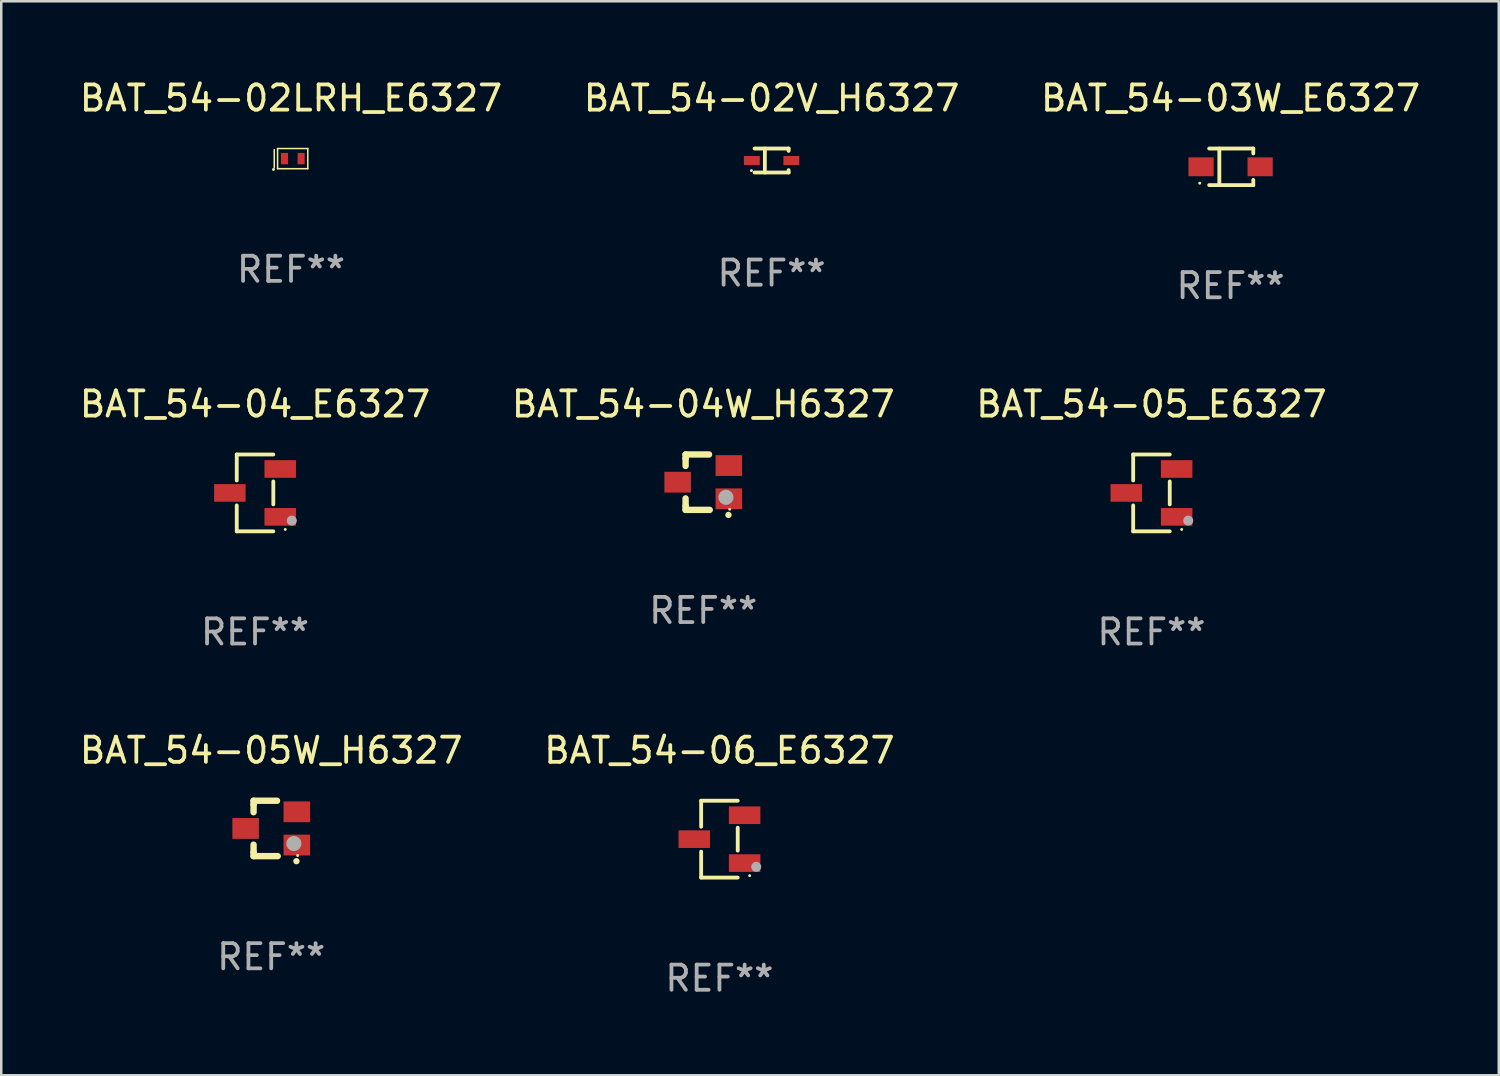
<source format=kicad_pcb>
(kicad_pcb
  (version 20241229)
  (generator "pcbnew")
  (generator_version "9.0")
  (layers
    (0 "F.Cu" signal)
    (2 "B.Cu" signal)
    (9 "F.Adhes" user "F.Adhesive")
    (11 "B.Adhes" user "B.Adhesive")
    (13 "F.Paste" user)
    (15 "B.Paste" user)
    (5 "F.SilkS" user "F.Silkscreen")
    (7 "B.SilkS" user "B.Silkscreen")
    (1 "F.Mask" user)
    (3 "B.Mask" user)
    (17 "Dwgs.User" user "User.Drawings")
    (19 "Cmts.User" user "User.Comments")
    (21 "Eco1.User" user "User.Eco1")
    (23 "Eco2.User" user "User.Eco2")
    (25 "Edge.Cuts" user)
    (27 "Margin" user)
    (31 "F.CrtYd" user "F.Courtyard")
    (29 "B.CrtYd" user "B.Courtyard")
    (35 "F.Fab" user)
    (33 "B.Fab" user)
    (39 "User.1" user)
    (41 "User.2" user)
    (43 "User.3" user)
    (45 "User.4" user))
  (footprint "BAT_54-05W_H6327"
    (layer "F.Cu")
    (at 7.72 29.846)
    (property "Reference" "BAT_54-05W_H6327" (at 0 -3.1 0) (layer "F.SilkS") (effects (font (size 1 1) (thickness 0.15))))
    (attr through_hole)
    (fp_line (start -0.701 -0.95) (end -0.701 -1.1) (stroke (width 0.254) (type solid)) (layer "F.SilkS"))
    (fp_line (start -0.701 -0.644) (end -0.701 -0.95) (stroke (width 0.254) (type solid)) (layer "F.SilkS"))
    (fp_line (start -0.701 0.95) (end -0.701 0.644) (stroke (width 0.254) (type solid)) (layer "F.SilkS"))
    (fp_line (start -0.701 0.95) (end -0.701 1.1) (stroke (width 0.254) (type solid)) (layer "F.SilkS"))
    (fp_line (start -0.7 -1.1) (end 0.23 -1.1) (stroke (width 0.254) (type solid)) (layer "F.SilkS"))
    (fp_line (start -0.7 1.1) (end 0.258 1.1) (stroke (width 0.254) (type solid)) (layer "F.SilkS"))
    (fp_arc (start 1 1.3) (mid 1.00127 1.299994) (end 1.00254 1.3) (stroke (width 0.24892) (type solid)) (layer "F.SilkS"))
    (fp_circle (center 1.05 1.075) (end 1.08 1.075) (stroke (width 0.06) (type solid)) (fill no) (layer "F.SilkS"))
    (fp_circle (center 0.9 0.6) (end 1.05 0.6) (stroke (width 0.3) (type solid)) (fill no) (layer "F.Fab"))
    (fp_text user "REF**" (at 0 5.1 0) (layer "F.Fab") (effects (font (size 1 1) (thickness 0.15))))
    (pad "1" smd rect (at 1.016 0.66) (size 1.054 0.826) (layers "F.Cu" "F.Mask" "F.Paste"))
    (pad "2" smd rect (at 1.016 -0.66) (size 1.054 0.826) (layers "F.Cu" "F.Mask" "F.Paste"))
    (pad "3" smd rect (at -1.016 0) (size 1.054 0.826) (layers "F.Cu" "F.Mask" "F.Paste")))
  (footprint "BAT_54-02LRH_E6327"
    (layer "F.Cu")
    (at 8.506 3.248)
    (property "Reference" "BAT_54-02LRH_E6327" (at 0 -2.4 0) (layer "F.SilkS") (effects (font (size 1 1) (thickness 0.15))))
    (attr through_hole)
    (fp_line (start -0.666 -0.356) (end -0.666 0.356) (stroke (width 0.06) (type solid)) (layer "F.SilkS"))
    (fp_line (start -0.534 -0.4) (end 0.666 -0.4) (stroke (width 0.06) (type solid)) (layer "F.SilkS"))
    (fp_line (start -0.534 0.4) (end -0.534 -0.4) (stroke (width 0.06) (type solid)) (layer "F.SilkS"))
    (fp_line (start 0.666 -0.4) (end 0.666 0.4) (stroke (width 0.06) (type solid)) (layer "F.SilkS"))
    (fp_line (start 0.666 0.4) (end -0.534 0.4) (stroke (width 0.06) (type solid)) (layer "F.SilkS"))
    (fp_circle (center -0.696 0.43) (end -0.666 0.43) (stroke (width 0.06) (type solid)) (fill no) (layer "F.SilkS"))
    (fp_text user "REF**" (at 0 4.4 0) (layer "F.Fab") (effects (font (size 1 1) (thickness 0.15))))
    (pad "1" smd rect (at -0.259 0) (size 0.28 0.45) (layers "F.Cu" "F.Mask" "F.Paste"))
    (pad "2" smd rect (at 0.401 0) (size 0.28 0.45) (layers "F.Cu" "F.Mask" "F.Paste")))
  (footprint "BAT_54-06_E6327"
    (layer "F.Cu")
    (at 25.518 30.272)
    (property "Reference" "BAT_54-06_E6327" (at 0 -3.526 0) (layer "F.SilkS") (effects (font (size 1 1) (thickness 0.15))))
    (attr through_hole)
    (fp_line (start -0.726 -1.526) (end -0.726 -0.495) (stroke (width 0.152) (type solid)) (layer "F.SilkS"))
    (fp_line (start -0.726 1.526) (end -0.726 0.495) (stroke (width 0.152) (type solid)) (layer "F.SilkS"))
    (fp_line (start 0.726 -1.526) (end -0.726 -1.526) (stroke (width 0.152) (type solid)) (layer "F.SilkS"))
    (fp_line (start 0.726 -0.455) (end 0.726 0.455) (stroke (width 0.152) (type solid)) (layer "F.SilkS"))
    (fp_line (start 0.726 1.526) (end -0.726 1.526) (stroke (width 0.152) (type solid)) (layer "F.SilkS"))
    (fp_circle (center 1.2 1.45) (end 1.23 1.45) (stroke (width 0.06) (type solid)) (fill no) (layer "F.SilkS"))
    (fp_circle (center 1.46 1.1) (end 1.56 1.1) (stroke (width 0.2) (type solid)) (fill no) (layer "F.Fab"))
    (fp_text user "REF**" (at 0 5.526 0) (layer "F.Fab") (effects (font (size 1 1) (thickness 0.15))))
    (pad "1" smd rect (at 1 0.95) (size 1.25 0.7) (layers "F.Cu" "F.Mask" "F.Paste"))
    (pad "2" smd rect (at 1 -0.95) (size 1.25 0.7) (layers "F.Cu" "F.Mask" "F.Paste"))
    (pad "3" smd rect (at -1 0) (size 1.25 0.7) (layers "F.Cu" "F.Mask" "F.Paste")))
  (footprint "BAT_54-05_E6327"
    (layer "F.Cu")
    (at 42.673 16.523)
    (property "Reference" "BAT_54-05_E6327" (at 0 -3.526 0) (layer "F.SilkS") (effects (font (size 1 1) (thickness 0.15))))
    (attr through_hole)
    (fp_line (start -0.726 -1.526) (end -0.726 -0.495) (stroke (width 0.152) (type solid)) (layer "F.SilkS"))
    (fp_line (start -0.726 1.526) (end -0.726 0.495) (stroke (width 0.152) (type solid)) (layer "F.SilkS"))
    (fp_line (start 0.726 -1.526) (end -0.726 -1.526) (stroke (width 0.152) (type solid)) (layer "F.SilkS"))
    (fp_line (start 0.726 -0.455) (end 0.726 0.455) (stroke (width 0.152) (type solid)) (layer "F.SilkS"))
    (fp_line (start 0.726 1.526) (end -0.726 1.526) (stroke (width 0.152) (type solid)) (layer "F.SilkS"))
    (fp_circle (center 1.2 1.45) (end 1.23 1.45) (stroke (width 0.06) (type solid)) (fill no) (layer "F.SilkS"))
    (fp_circle (center 1.46 1.1) (end 1.56 1.1) (stroke (width 0.2) (type solid)) (fill no) (layer "F.Fab"))
    (fp_text user "REF**" (at 0 5.526 0) (layer "F.Fab") (effects (font (size 1 1) (thickness 0.15))))
    (pad "1" smd rect (at 1 0.95) (size 1.25 0.7) (layers "F.Cu" "F.Mask" "F.Paste"))
    (pad "2" smd rect (at 1 -0.95) (size 1.25 0.7) (layers "F.Cu" "F.Mask" "F.Paste"))
    (pad "3" smd rect (at -1 0) (size 1.25 0.7) (layers "F.Cu" "F.Mask" "F.Paste")))
  (footprint "BAT_54-03W_E6327"
    (layer "F.Cu")
    (at 45.815 3.574)
    (property "Reference" "BAT_54-03W_E6327" (at 0 -2.726 0) (layer "F.SilkS") (effects (font (size 1 1) (thickness 0.15))))
    (attr through_hole)
    (fp_line (start -0.851 -0.726) (end 0.901 -0.726) (stroke (width 0.152) (type solid)) (layer "F.SilkS"))
    (fp_line (start -0.851 0.726) (end 0.901 0.726) (stroke (width 0.152) (type solid)) (layer "F.SilkS"))
    (fp_line (start -0.447 -0.726) (end -0.447 0.726) (stroke (width 0.152) (type solid)) (layer "F.SilkS"))
    (fp_line (start 0.901 -0.726) (end 0.901 -0.53) (stroke (width 0.152) (type solid)) (layer "F.SilkS"))
    (fp_line (start 0.901 0.726) (end 0.901 0.52) (stroke (width 0.152) (type solid)) (layer "F.SilkS"))
    (fp_circle (center -1.225 0.65) (end -1.195 0.65) (stroke (width 0.06) (type solid)) (fill no) (layer "F.SilkS"))
    (fp_text user "REF**" (at 0 4.726 0) (layer "F.Fab") (effects (font (size 1 1) (thickness 0.15))))
    (pad "1" smd rect (at -1.173 0) (size 1 0.75) (layers "F.Cu" "F.Mask" "F.Paste"))
    (pad "2" smd rect (at 1.173 0) (size 1 0.75) (layers "F.Cu" "F.Mask" "F.Paste")))
  (footprint "BAT_54-04W_H6327"
    (layer "F.Cu")
    (at 24.875 16.097)
    (property "Reference" "BAT_54-04W_H6327" (at 0 -3.1 0) (layer "F.SilkS") (effects (font (size 1 1) (thickness 0.15))))
    (attr through_hole)
    (fp_line (start -0.701 -0.95) (end -0.701 -1.1) (stroke (width 0.254) (type solid)) (layer "F.SilkS"))
    (fp_line (start -0.701 -0.644) (end -0.701 -0.95) (stroke (width 0.254) (type solid)) (layer "F.SilkS"))
    (fp_line (start -0.701 0.95) (end -0.701 0.644) (stroke (width 0.254) (type solid)) (layer "F.SilkS"))
    (fp_line (start -0.701 0.95) (end -0.701 1.1) (stroke (width 0.254) (type solid)) (layer "F.SilkS"))
    (fp_line (start -0.7 -1.1) (end 0.23 -1.1) (stroke (width 0.254) (type solid)) (layer "F.SilkS"))
    (fp_line (start -0.7 1.1) (end 0.258 1.1) (stroke (width 0.254) (type solid)) (layer "F.SilkS"))
    (fp_arc (start 1 1.3) (mid 1.00127 1.299994) (end 1.00254 1.3) (stroke (width 0.24892) (type solid)) (layer "F.SilkS"))
    (fp_circle (center 1.05 1.075) (end 1.08 1.075) (stroke (width 0.06) (type solid)) (fill no) (layer "F.SilkS"))
    (fp_circle (center 0.9 0.6) (end 1.05 0.6) (stroke (width 0.3) (type solid)) (fill no) (layer "F.Fab"))
    (fp_text user "REF**" (at 0 5.1 0) (layer "F.Fab") (effects (font (size 1 1) (thickness 0.15))))
    (pad "1" smd rect (at 1.016 0.66) (size 1.054 0.826) (layers "F.Cu" "F.Mask" "F.Paste"))
    (pad "2" smd rect (at 1.016 -0.66) (size 1.054 0.826) (layers "F.Cu" "F.Mask" "F.Paste"))
    (pad "3" smd rect (at -1.016 0) (size 1.054 0.826) (layers "F.Cu" "F.Mask" "F.Paste")))
  (footprint "BAT_54-04_E6327"
    (layer "F.Cu")
    (at 7.077 16.523)
    (property "Reference" "BAT_54-04_E6327" (at 0 -3.526 0) (layer "F.SilkS") (effects (font (size 1 1) (thickness 0.15))))
    (attr through_hole)
    (fp_line (start -0.726 -1.526) (end -0.726 -0.495) (stroke (width 0.152) (type solid)) (layer "F.SilkS"))
    (fp_line (start -0.726 1.526) (end -0.726 0.495) (stroke (width 0.152) (type solid)) (layer "F.SilkS"))
    (fp_line (start 0.726 -1.526) (end -0.726 -1.526) (stroke (width 0.152) (type solid)) (layer "F.SilkS"))
    (fp_line (start 0.726 -0.455) (end 0.726 0.455) (stroke (width 0.152) (type solid)) (layer "F.SilkS"))
    (fp_line (start 0.726 1.526) (end -0.726 1.526) (stroke (width 0.152) (type solid)) (layer "F.SilkS"))
    (fp_circle (center 1.2 1.45) (end 1.23 1.45) (stroke (width 0.06) (type solid)) (fill no) (layer "F.SilkS"))
    (fp_circle (center 1.46 1.1) (end 1.56 1.1) (stroke (width 0.2) (type solid)) (fill no) (layer "F.Fab"))
    (fp_text user "REF**" (at 0 5.526 0) (layer "F.Fab") (effects (font (size 1 1) (thickness 0.15))))
    (pad "1" smd rect (at 1 0.95) (size 1.25 0.7) (layers "F.Cu" "F.Mask" "F.Paste"))
    (pad "2" smd rect (at 1 -0.95) (size 1.25 0.7) (layers "F.Cu" "F.Mask" "F.Paste"))
    (pad "3" smd rect (at -1 0) (size 1.25 0.7) (layers "F.Cu" "F.Mask" "F.Paste")))
  (footprint "BAT_54-02V_H6327"
    (layer "F.Cu")
    (at 27.589 3.324)
    (property "Reference" "BAT_54-02V_H6327" (at 0 -2.476 0) (layer "F.SilkS") (effects (font (size 1 1) (thickness 0.15))))
    (attr through_hole)
    (fp_line (start -0.676 -0.476) (end 0.676 -0.476) (stroke (width 0.152) (type solid)) (layer "F.SilkS"))
    (fp_line (start -0.676 0.476) (end 0.676 0.476) (stroke (width 0.152) (type solid)) (layer "F.SilkS"))
    (fp_line (start -0.267 -0.476) (end -0.267 0.476) (stroke (width 0.152) (type solid)) (layer "F.SilkS"))
    (fp_line (start 0.676 -0.476) (end 0.676 -0.383) (stroke (width 0.152) (type solid)) (layer "F.SilkS"))
    (fp_line (start 0.676 0.476) (end 0.676 0.383) (stroke (width 0.152) (type solid)) (layer "F.SilkS"))
    (fp_circle (center -0.8 0.4) (end -0.77 0.4) (stroke (width 0.06) (type solid)) (fill no) (layer "F.SilkS"))
    (fp_text user "REF**" (at 0 4.476 0) (layer "F.Fab") (effects (font (size 1 1) (thickness 0.15))))
    (pad "1" smd rect (at -0.785 0) (size 0.63 0.36) (layers "F.Cu" "F.Mask" "F.Paste"))
    (pad "2" smd rect (at 0.785 0) (size 0.63 0.36) (layers "F.Cu" "F.Mask" "F.Paste")))
  (gr_rect
    (start -3 -3)
    (end 56.464 39.647)
    (stroke (width 0.1) (type default))
    (fill no)
    (layer "Edge.Cuts")))
</source>
